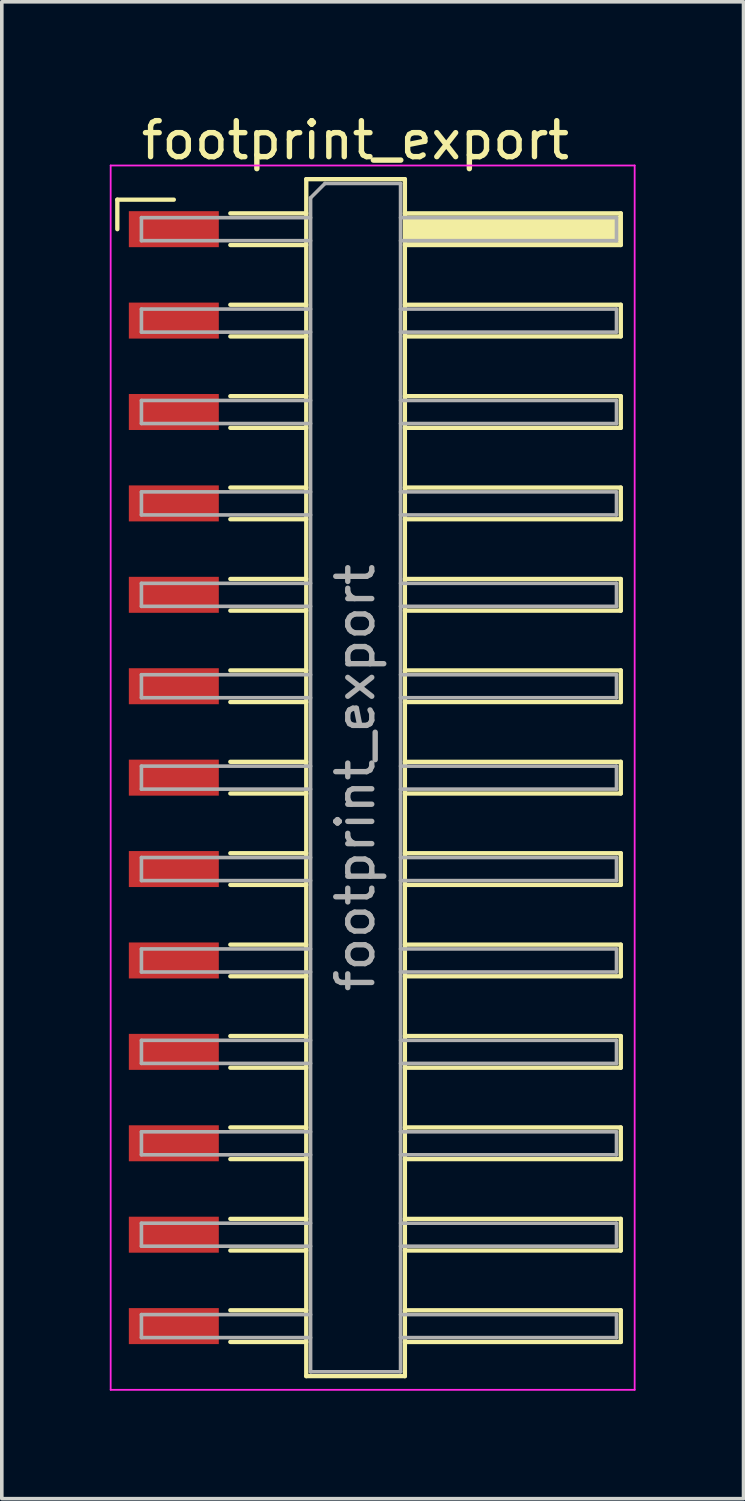
<source format=kicad_pcb>
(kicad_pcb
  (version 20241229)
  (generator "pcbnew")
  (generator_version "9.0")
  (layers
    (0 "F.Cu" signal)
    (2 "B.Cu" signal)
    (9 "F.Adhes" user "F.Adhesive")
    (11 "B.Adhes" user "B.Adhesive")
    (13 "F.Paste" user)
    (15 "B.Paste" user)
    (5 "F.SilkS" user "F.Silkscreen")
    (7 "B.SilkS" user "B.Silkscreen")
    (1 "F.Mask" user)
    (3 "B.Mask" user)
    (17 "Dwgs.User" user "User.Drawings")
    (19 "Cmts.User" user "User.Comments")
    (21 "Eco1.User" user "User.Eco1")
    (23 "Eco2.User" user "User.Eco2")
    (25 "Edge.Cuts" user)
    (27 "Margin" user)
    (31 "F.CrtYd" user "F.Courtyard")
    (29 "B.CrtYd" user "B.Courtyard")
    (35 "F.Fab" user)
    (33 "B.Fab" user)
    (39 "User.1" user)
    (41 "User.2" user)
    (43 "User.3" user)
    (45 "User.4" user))
  (footprint "footprint_export"
    (layer "F.Cu")
    (at 7.305 18.558)
    (property "Reference" "footprint_export" (at -0.48 -17.71 0) (layer "F.SilkS") (effects (font (size 1 1) (thickness 0.15))))
    (attr smd)
    (fp_line (start -7.095 -16.06) (end -5.525 -16.06) (stroke (width 0.12) (type solid)) (layer "F.SilkS"))
    (fp_line (start -7.095 -15.24) (end -7.095 -16.06) (stroke (width 0.12) (type solid)) (layer "F.SilkS"))
    (fp_line (start -3.955 -15.68) (end -1.845 -15.68) (stroke (width 0.12) (type solid)) (layer "F.SilkS"))
    (fp_line (start -3.955 -14.8) (end -1.845 -14.8) (stroke (width 0.12) (type solid)) (layer "F.SilkS"))
    (fp_line (start -3.955 -13.14) (end -1.845 -13.14) (stroke (width 0.12) (type solid)) (layer "F.SilkS"))
    (fp_line (start -3.955 -12.26) (end -1.845 -12.26) (stroke (width 0.12) (type solid)) (layer "F.SilkS"))
    (fp_line (start -3.955 -10.6) (end -1.845 -10.6) (stroke (width 0.12) (type solid)) (layer "F.SilkS"))
    (fp_line (start -3.955 -9.72) (end -1.845 -9.72) (stroke (width 0.12) (type solid)) (layer "F.SilkS"))
    (fp_line (start -3.955 -8.06) (end -1.845 -8.06) (stroke (width 0.12) (type solid)) (layer "F.SilkS"))
    (fp_line (start -3.955 -7.18) (end -1.845 -7.18) (stroke (width 0.12) (type solid)) (layer "F.SilkS"))
    (fp_line (start -3.955 -5.52) (end -1.845 -5.52) (stroke (width 0.12) (type solid)) (layer "F.SilkS"))
    (fp_line (start -3.955 -4.64) (end -1.845 -4.64) (stroke (width 0.12) (type solid)) (layer "F.SilkS"))
    (fp_line (start -3.955 -2.98) (end -1.845 -2.98) (stroke (width 0.12) (type solid)) (layer "F.SilkS"))
    (fp_line (start -3.955 -2.1) (end -1.845 -2.1) (stroke (width 0.12) (type solid)) (layer "F.SilkS"))
    (fp_line (start -3.955 -0.44) (end -1.845 -0.44) (stroke (width 0.12) (type solid)) (layer "F.SilkS"))
    (fp_line (start -3.955 0.44) (end -1.845 0.44) (stroke (width 0.12) (type solid)) (layer "F.SilkS"))
    (fp_line (start -3.955 2.1) (end -1.845 2.1) (stroke (width 0.12) (type solid)) (layer "F.SilkS"))
    (fp_line (start -3.955 2.98) (end -1.845 2.98) (stroke (width 0.12) (type solid)) (layer "F.SilkS"))
    (fp_line (start -3.955 4.64) (end -1.845 4.64) (stroke (width 0.12) (type solid)) (layer "F.SilkS"))
    (fp_line (start -3.955 5.52) (end -1.845 5.52) (stroke (width 0.12) (type solid)) (layer "F.SilkS"))
    (fp_line (start -3.955 7.18) (end -1.845 7.18) (stroke (width 0.12) (type solid)) (layer "F.SilkS"))
    (fp_line (start -3.955 8.06) (end -1.845 8.06) (stroke (width 0.12) (type solid)) (layer "F.SilkS"))
    (fp_line (start -3.955 9.72) (end -1.845 9.72) (stroke (width 0.12) (type solid)) (layer "F.SilkS"))
    (fp_line (start -3.955 10.6) (end -1.845 10.6) (stroke (width 0.12) (type solid)) (layer "F.SilkS"))
    (fp_line (start -3.955 12.26) (end -1.845 12.26) (stroke (width 0.12) (type solid)) (layer "F.SilkS"))
    (fp_line (start -3.955 13.14) (end -1.845 13.14) (stroke (width 0.12) (type solid)) (layer "F.SilkS"))
    (fp_line (start -3.955 14.8) (end -1.845 14.8) (stroke (width 0.12) (type solid)) (layer "F.SilkS"))
    (fp_line (start -3.955 15.68) (end -1.845 15.68) (stroke (width 0.12) (type solid)) (layer "F.SilkS"))
    (fp_line (start -1.845 -16.63) (end 0.895 -16.63) (stroke (width 0.12) (type solid)) (layer "F.SilkS"))
    (fp_line (start -1.845 16.63) (end -1.845 -16.63) (stroke (width 0.12) (type solid)) (layer "F.SilkS"))
    (fp_line (start 0.895 -16.63) (end 0.895 16.63) (stroke (width 0.12) (type solid)) (layer "F.SilkS"))
    (fp_line (start 0.895 -15.68) (end 6.895 -15.68) (stroke (width 0.12) (type solid)) (layer "F.SilkS"))
    (fp_line (start 0.895 -13.14) (end 6.895 -13.14) (stroke (width 0.12) (type solid)) (layer "F.SilkS"))
    (fp_line (start 0.895 -10.6) (end 6.895 -10.6) (stroke (width 0.12) (type solid)) (layer "F.SilkS"))
    (fp_line (start 0.895 -8.06) (end 6.895 -8.06) (stroke (width 0.12) (type solid)) (layer "F.SilkS"))
    (fp_line (start 0.895 -5.52) (end 6.895 -5.52) (stroke (width 0.12) (type solid)) (layer "F.SilkS"))
    (fp_line (start 0.895 -2.98) (end 6.895 -2.98) (stroke (width 0.12) (type solid)) (layer "F.SilkS"))
    (fp_line (start 0.895 -0.44) (end 6.895 -0.44) (stroke (width 0.12) (type solid)) (layer "F.SilkS"))
    (fp_line (start 0.895 2.1) (end 6.895 2.1) (stroke (width 0.12) (type solid)) (layer "F.SilkS"))
    (fp_line (start 0.895 4.64) (end 6.895 4.64) (stroke (width 0.12) (type solid)) (layer "F.SilkS"))
    (fp_line (start 0.895 7.18) (end 6.895 7.18) (stroke (width 0.12) (type solid)) (layer "F.SilkS"))
    (fp_line (start 0.895 9.72) (end 6.895 9.72) (stroke (width 0.12) (type solid)) (layer "F.SilkS"))
    (fp_line (start 0.895 12.26) (end 6.895 12.26) (stroke (width 0.12) (type solid)) (layer "F.SilkS"))
    (fp_line (start 0.895 14.8) (end 6.895 14.8) (stroke (width 0.12) (type solid)) (layer "F.SilkS"))
    (fp_line (start 0.895 16.63) (end -1.845 16.63) (stroke (width 0.12) (type solid)) (layer "F.SilkS"))
    (fp_line (start 6.895 -15.68) (end 6.895 -14.8) (stroke (width 0.12) (type solid)) (layer "F.SilkS"))
    (fp_line (start 6.895 -14.8) (end 0.895 -14.8) (stroke (width 0.12) (type solid)) (layer "F.SilkS"))
    (fp_line (start 6.895 -13.14) (end 6.895 -12.26) (stroke (width 0.12) (type solid)) (layer "F.SilkS"))
    (fp_line (start 6.895 -12.26) (end 0.895 -12.26) (stroke (width 0.12) (type solid)) (layer "F.SilkS"))
    (fp_line (start 6.895 -10.6) (end 6.895 -9.72) (stroke (width 0.12) (type solid)) (layer "F.SilkS"))
    (fp_line (start 6.895 -9.72) (end 0.895 -9.72) (stroke (width 0.12) (type solid)) (layer "F.SilkS"))
    (fp_line (start 6.895 -8.06) (end 6.895 -7.18) (stroke (width 0.12) (type solid)) (layer "F.SilkS"))
    (fp_line (start 6.895 -7.18) (end 0.895 -7.18) (stroke (width 0.12) (type solid)) (layer "F.SilkS"))
    (fp_line (start 6.895 -5.52) (end 6.895 -4.64) (stroke (width 0.12) (type solid)) (layer "F.SilkS"))
    (fp_line (start 6.895 -4.64) (end 0.895 -4.64) (stroke (width 0.12) (type solid)) (layer "F.SilkS"))
    (fp_line (start 6.895 -2.98) (end 6.895 -2.1) (stroke (width 0.12) (type solid)) (layer "F.SilkS"))
    (fp_line (start 6.895 -2.1) (end 0.895 -2.1) (stroke (width 0.12) (type solid)) (layer "F.SilkS"))
    (fp_line (start 6.895 -0.44) (end 6.895 0.44) (stroke (width 0.12) (type solid)) (layer "F.SilkS"))
    (fp_line (start 6.895 0.44) (end 0.895 0.44) (stroke (width 0.12) (type solid)) (layer "F.SilkS"))
    (fp_line (start 6.895 2.1) (end 6.895 2.98) (stroke (width 0.12) (type solid)) (layer "F.SilkS"))
    (fp_line (start 6.895 2.98) (end 0.895 2.98) (stroke (width 0.12) (type solid)) (layer "F.SilkS"))
    (fp_line (start 6.895 4.64) (end 6.895 5.52) (stroke (width 0.12) (type solid)) (layer "F.SilkS"))
    (fp_line (start 6.895 5.52) (end 0.895 5.52) (stroke (width 0.12) (type solid)) (layer "F.SilkS"))
    (fp_line (start 6.895 7.18) (end 6.895 8.06) (stroke (width 0.12) (type solid)) (layer "F.SilkS"))
    (fp_line (start 6.895 8.06) (end 0.895 8.06) (stroke (width 0.12) (type solid)) (layer "F.SilkS"))
    (fp_line (start 6.895 9.72) (end 6.895 10.6) (stroke (width 0.12) (type solid)) (layer "F.SilkS"))
    (fp_line (start 6.895 10.6) (end 0.895 10.6) (stroke (width 0.12) (type solid)) (layer "F.SilkS"))
    (fp_line (start 6.895 12.26) (end 6.895 13.14) (stroke (width 0.12) (type solid)) (layer "F.SilkS"))
    (fp_line (start 6.895 13.14) (end 0.895 13.14) (stroke (width 0.12) (type solid)) (layer "F.SilkS"))
    (fp_line (start 6.895 14.8) (end 6.895 15.68) (stroke (width 0.12) (type solid)) (layer "F.SilkS"))
    (fp_line (start 6.895 15.68) (end 0.895 15.68) (stroke (width 0.12) (type solid)) (layer "F.SilkS"))
    (fp_line (start -7.28 -17.01) (end 7.28 -17.01) (stroke (width 0.05) (type solid)) (layer "F.CrtYd"))
    (fp_line (start -7.28 17.01) (end -7.28 -17.01) (stroke (width 0.05) (type solid)) (layer "F.CrtYd"))
    (fp_line (start 7.28 -17.01) (end 7.28 17.01) (stroke (width 0.05) (type solid)) (layer "F.CrtYd"))
    (fp_line (start 7.28 17.01) (end -7.28 17.01) (stroke (width 0.05) (type solid)) (layer "F.CrtYd"))
    (fp_line (start -6.425 -15.56) (end -6.425 -14.92) (stroke (width 0.1) (type solid)) (layer "F.Fab"))
    (fp_line (start -6.425 -14.92) (end -1.725 -14.92) (stroke (width 0.1) (type solid)) (layer "F.Fab"))
    (fp_line (start -6.425 -13.02) (end -6.425 -12.38) (stroke (width 0.1) (type solid)) (layer "F.Fab"))
    (fp_line (start -6.425 -12.38) (end -1.725 -12.38) (stroke (width 0.1) (type solid)) (layer "F.Fab"))
    (fp_line (start -6.425 -10.48) (end -6.425 -9.84) (stroke (width 0.1) (type solid)) (layer "F.Fab"))
    (fp_line (start -6.425 -9.84) (end -1.725 -9.84) (stroke (width 0.1) (type solid)) (layer "F.Fab"))
    (fp_line (start -6.425 -7.94) (end -6.425 -7.3) (stroke (width 0.1) (type solid)) (layer "F.Fab"))
    (fp_line (start -6.425 -7.3) (end -1.725 -7.3) (stroke (width 0.1) (type solid)) (layer "F.Fab"))
    (fp_line (start -6.425 -5.4) (end -6.425 -4.76) (stroke (width 0.1) (type solid)) (layer "F.Fab"))
    (fp_line (start -6.425 -4.76) (end -1.725 -4.76) (stroke (width 0.1) (type solid)) (layer "F.Fab"))
    (fp_line (start -6.425 -2.86) (end -6.425 -2.22) (stroke (width 0.1) (type solid)) (layer "F.Fab"))
    (fp_line (start -6.425 -2.22) (end -1.725 -2.22) (stroke (width 0.1) (type solid)) (layer "F.Fab"))
    (fp_line (start -6.425 -0.32) (end -6.425 0.32) (stroke (width 0.1) (type solid)) (layer "F.Fab"))
    (fp_line (start -6.425 0.32) (end -1.725 0.32) (stroke (width 0.1) (type solid)) (layer "F.Fab"))
    (fp_line (start -6.425 2.22) (end -6.425 2.86) (stroke (width 0.1) (type solid)) (layer "F.Fab"))
    (fp_line (start -6.425 2.86) (end -1.725 2.86) (stroke (width 0.1) (type solid)) (layer "F.Fab"))
    (fp_line (start -6.425 4.76) (end -6.425 5.4) (stroke (width 0.1) (type solid)) (layer "F.Fab"))
    (fp_line (start -6.425 5.4) (end -1.725 5.4) (stroke (width 0.1) (type solid)) (layer "F.Fab"))
    (fp_line (start -6.425 7.3) (end -6.425 7.94) (stroke (width 0.1) (type solid)) (layer "F.Fab"))
    (fp_line (start -6.425 7.94) (end -1.725 7.94) (stroke (width 0.1) (type solid)) (layer "F.Fab"))
    (fp_line (start -6.425 9.84) (end -6.425 10.48) (stroke (width 0.1) (type solid)) (layer "F.Fab"))
    (fp_line (start -6.425 10.48) (end -1.725 10.48) (stroke (width 0.1) (type solid)) (layer "F.Fab"))
    (fp_line (start -6.425 12.38) (end -6.425 13.02) (stroke (width 0.1) (type solid)) (layer "F.Fab"))
    (fp_line (start -6.425 13.02) (end -1.725 13.02) (stroke (width 0.1) (type solid)) (layer "F.Fab"))
    (fp_line (start -6.425 14.92) (end -6.425 15.56) (stroke (width 0.1) (type solid)) (layer "F.Fab"))
    (fp_line (start -6.425 15.56) (end -1.725 15.56) (stroke (width 0.1) (type solid)) (layer "F.Fab"))
    (fp_line (start -1.725 -16.11) (end -1.325 -16.51) (stroke (width 0.1) (type solid)) (layer "F.Fab"))
    (fp_line (start -1.725 -15.56) (end -6.425 -15.56) (stroke (width 0.1) (type solid)) (layer "F.Fab"))
    (fp_line (start -1.725 -13.02) (end -6.425 -13.02) (stroke (width 0.1) (type solid)) (layer "F.Fab"))
    (fp_line (start -1.725 -10.48) (end -6.425 -10.48) (stroke (width 0.1) (type solid)) (layer "F.Fab"))
    (fp_line (start -1.725 -7.94) (end -6.425 -7.94) (stroke (width 0.1) (type solid)) (layer "F.Fab"))
    (fp_line (start -1.725 -5.4) (end -6.425 -5.4) (stroke (width 0.1) (type solid)) (layer "F.Fab"))
    (fp_line (start -1.725 -2.86) (end -6.425 -2.86) (stroke (width 0.1) (type solid)) (layer "F.Fab"))
    (fp_line (start -1.725 -0.32) (end -6.425 -0.32) (stroke (width 0.1) (type solid)) (layer "F.Fab"))
    (fp_line (start -1.725 2.22) (end -6.425 2.22) (stroke (width 0.1) (type solid)) (layer "F.Fab"))
    (fp_line (start -1.725 4.76) (end -6.425 4.76) (stroke (width 0.1) (type solid)) (layer "F.Fab"))
    (fp_line (start -1.725 7.3) (end -6.425 7.3) (stroke (width 0.1) (type solid)) (layer "F.Fab"))
    (fp_line (start -1.725 9.84) (end -6.425 9.84) (stroke (width 0.1) (type solid)) (layer "F.Fab"))
    (fp_line (start -1.725 12.38) (end -6.425 12.38) (stroke (width 0.1) (type solid)) (layer "F.Fab"))
    (fp_line (start -1.725 14.92) (end -6.425 14.92) (stroke (width 0.1) (type solid)) (layer "F.Fab"))
    (fp_line (start -1.725 16.51) (end -1.725 -16.11) (stroke (width 0.1) (type solid)) (layer "F.Fab"))
    (fp_line (start -1.325 -16.51) (end 0.775 -16.51) (stroke (width 0.1) (type solid)) (layer "F.Fab"))
    (fp_line (start 0.775 -16.51) (end 0.775 16.51) (stroke (width 0.1) (type solid)) (layer "F.Fab"))
    (fp_line (start 0.775 -15.56) (end 6.775 -15.56) (stroke (width 0.1) (type solid)) (layer "F.Fab"))
    (fp_line (start 0.775 -13.02) (end 6.775 -13.02) (stroke (width 0.1) (type solid)) (layer "F.Fab"))
    (fp_line (start 0.775 -10.48) (end 6.775 -10.48) (stroke (width 0.1) (type solid)) (layer "F.Fab"))
    (fp_line (start 0.775 -7.94) (end 6.775 -7.94) (stroke (width 0.1) (type solid)) (layer "F.Fab"))
    (fp_line (start 0.775 -5.4) (end 6.775 -5.4) (stroke (width 0.1) (type solid)) (layer "F.Fab"))
    (fp_line (start 0.775 -2.86) (end 6.775 -2.86) (stroke (width 0.1) (type solid)) (layer "F.Fab"))
    (fp_line (start 0.775 -0.32) (end 6.775 -0.32) (stroke (width 0.1) (type solid)) (layer "F.Fab"))
    (fp_line (start 0.775 2.22) (end 6.775 2.22) (stroke (width 0.1) (type solid)) (layer "F.Fab"))
    (fp_line (start 0.775 4.76) (end 6.775 4.76) (stroke (width 0.1) (type solid)) (layer "F.Fab"))
    (fp_line (start 0.775 7.3) (end 6.775 7.3) (stroke (width 0.1) (type solid)) (layer "F.Fab"))
    (fp_line (start 0.775 9.84) (end 6.775 9.84) (stroke (width 0.1) (type solid)) (layer "F.Fab"))
    (fp_line (start 0.775 12.38) (end 6.775 12.38) (stroke (width 0.1) (type solid)) (layer "F.Fab"))
    (fp_line (start 0.775 14.92) (end 6.775 14.92) (stroke (width 0.1) (type solid)) (layer "F.Fab"))
    (fp_line (start 0.775 16.51) (end -1.725 16.51) (stroke (width 0.1) (type solid)) (layer "F.Fab"))
    (fp_line (start 6.775 -15.56) (end 6.775 -14.92) (stroke (width 0.1) (type solid)) (layer "F.Fab"))
    (fp_line (start 6.775 -14.92) (end 0.775 -14.92) (stroke (width 0.1) (type solid)) (layer "F.Fab"))
    (fp_line (start 6.775 -13.02) (end 6.775 -12.38) (stroke (width 0.1) (type solid)) (layer "F.Fab"))
    (fp_line (start 6.775 -12.38) (end 0.775 -12.38) (stroke (width 0.1) (type solid)) (layer "F.Fab"))
    (fp_line (start 6.775 -10.48) (end 6.775 -9.84) (stroke (width 0.1) (type solid)) (layer "F.Fab"))
    (fp_line (start 6.775 -9.84) (end 0.775 -9.84) (stroke (width 0.1) (type solid)) (layer "F.Fab"))
    (fp_line (start 6.775 -7.94) (end 6.775 -7.3) (stroke (width 0.1) (type solid)) (layer "F.Fab"))
    (fp_line (start 6.775 -7.3) (end 0.775 -7.3) (stroke (width 0.1) (type solid)) (layer "F.Fab"))
    (fp_line (start 6.775 -5.4) (end 6.775 -4.76) (stroke (width 0.1) (type solid)) (layer "F.Fab"))
    (fp_line (start 6.775 -4.76) (end 0.775 -4.76) (stroke (width 0.1) (type solid)) (layer "F.Fab"))
    (fp_line (start 6.775 -2.86) (end 6.775 -2.22) (stroke (width 0.1) (type solid)) (layer "F.Fab"))
    (fp_line (start 6.775 -2.22) (end 0.775 -2.22) (stroke (width 0.1) (type solid)) (layer "F.Fab"))
    (fp_line (start 6.775 -0.32) (end 6.775 0.32) (stroke (width 0.1) (type solid)) (layer "F.Fab"))
    (fp_line (start 6.775 0.32) (end 0.775 0.32) (stroke (width 0.1) (type solid)) (layer "F.Fab"))
    (fp_line (start 6.775 2.22) (end 6.775 2.86) (stroke (width 0.1) (type solid)) (layer "F.Fab"))
    (fp_line (start 6.775 2.86) (end 0.775 2.86) (stroke (width 0.1) (type solid)) (layer "F.Fab"))
    (fp_line (start 6.775 4.76) (end 6.775 5.4) (stroke (width 0.1) (type solid)) (layer "F.Fab"))
    (fp_line (start 6.775 5.4) (end 0.775 5.4) (stroke (width 0.1) (type solid)) (layer "F.Fab"))
    (fp_line (start 6.775 7.3) (end 6.775 7.94) (stroke (width 0.1) (type solid)) (layer "F.Fab"))
    (fp_line (start 6.775 7.94) (end 0.775 7.94) (stroke (width 0.1) (type solid)) (layer "F.Fab"))
    (fp_line (start 6.775 9.84) (end 6.775 10.48) (stroke (width 0.1) (type solid)) (layer "F.Fab"))
    (fp_line (start 6.775 10.48) (end 0.775 10.48) (stroke (width 0.1) (type solid)) (layer "F.Fab"))
    (fp_line (start 6.775 12.38) (end 6.775 13.02) (stroke (width 0.1) (type solid)) (layer "F.Fab"))
    (fp_line (start 6.775 13.02) (end 0.775 13.02) (stroke (width 0.1) (type solid)) (layer "F.Fab"))
    (fp_line (start 6.775 14.92) (end 6.775 15.56) (stroke (width 0.1) (type solid)) (layer "F.Fab"))
    (fp_line (start 6.775 15.56) (end 0.775 15.56) (stroke (width 0.1) (type solid)) (layer "F.Fab"))
    (fp_text user "${REFERENCE}" (at -0.48 0 90) (layer "F.Fab") (effects (font (size 1 1) (thickness 0.15))))
    (pad "" smd rect (at 3.895 -15.24) (size 6 0.76) (layers "F.SilkS"))
    (pad "1" smd rect (at -5.525 -15.24) (size 2.5 1) (layers "F.Cu" "F.Mask" "F.Paste"))
    (pad "2" smd rect (at -5.525 -12.7) (size 2.5 1) (layers "F.Cu" "F.Mask" "F.Paste"))
    (pad "3" smd rect (at -5.525 -10.16) (size 2.5 1) (layers "F.Cu" "F.Mask" "F.Paste"))
    (pad "4" smd rect (at -5.525 -7.62) (size 2.5 1) (layers "F.Cu" "F.Mask" "F.Paste"))
    (pad "5" smd rect (at -5.525 -5.08) (size 2.5 1) (layers "F.Cu" "F.Mask" "F.Paste"))
    (pad "6" smd rect (at -5.525 -2.54) (size 2.5 1) (layers "F.Cu" "F.Mask" "F.Paste"))
    (pad "7" smd rect (at -5.525 0) (size 2.5 1) (layers "F.Cu" "F.Mask" "F.Paste"))
    (pad "8" smd rect (at -5.525 2.54) (size 2.5 1) (layers "F.Cu" "F.Mask" "F.Paste"))
    (pad "9" smd rect (at -5.525 5.08) (size 2.5 1) (layers "F.Cu" "F.Mask" "F.Paste"))
    (pad "10" smd rect (at -5.525 7.62) (size 2.5 1) (layers "F.Cu" "F.Mask" "F.Paste"))
    (pad "11" smd rect (at -5.525 10.16) (size 2.5 1) (layers "F.Cu" "F.Mask" "F.Paste"))
    (pad "12" smd rect (at -5.525 12.7) (size 2.5 1) (layers "F.Cu" "F.Mask" "F.Paste"))
    (pad "13" smd rect (at -5.525 15.24) (size 2.5 1) (layers "F.Cu" "F.Mask" "F.Paste")))
  (gr_rect
    (start -3 -3)
    (end 17.61 38.593)
    (stroke (width 0.1) (type default))
    (fill no)
    (layer "Edge.Cuts")))
</source>
